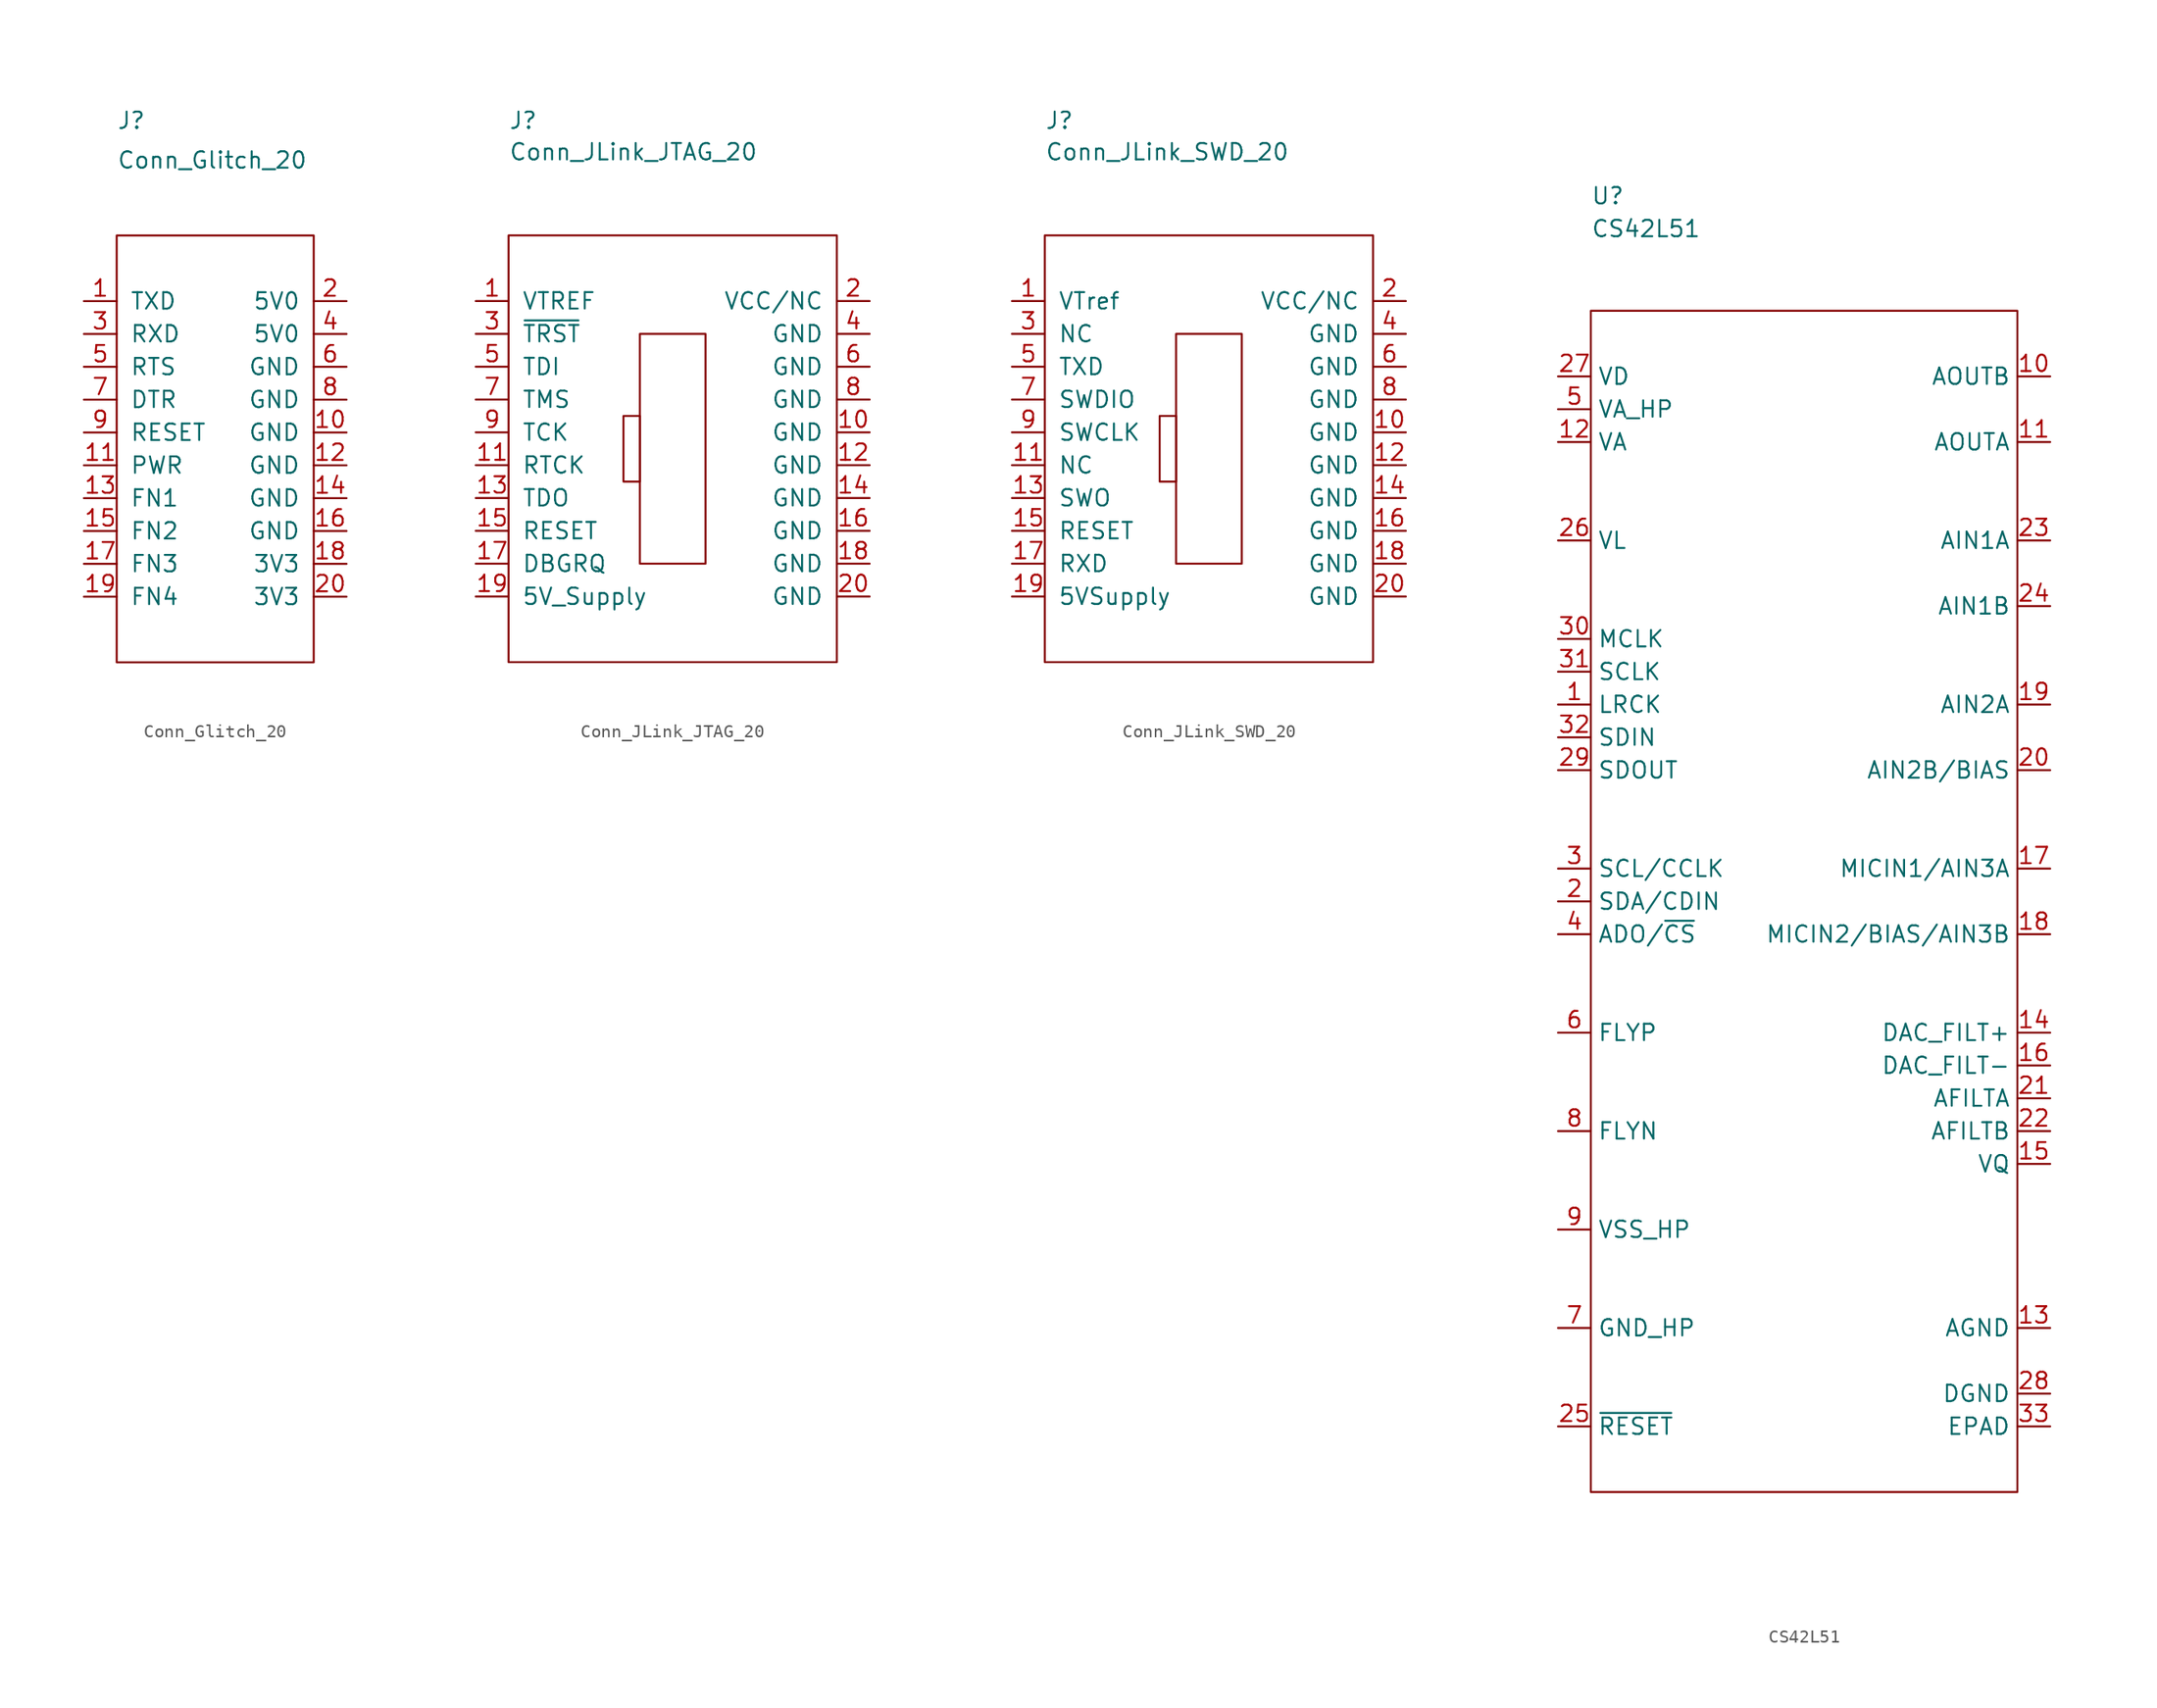
<source format=kicad_sym>
(kicad_symbol_lib
  (version 20211014)
  (generator kicad_symbol_editor)
  (symbol "Conn_Glitch_20"
    (pin_names
      (offset 1.016))
    (property "Reference" "J"
      (at 0 8.89 0)
      (effects (font (size 1.27 1.27)) (justify left)))
    (property "Value" "Conn_Glitch_20"
      (at 0 5.08 0)
      (effects (font (size 1.27 1.27)) (justify left bottom)))
    (symbol "Conn_Glitch_20_0_1"
      (rectangle (start 0 0) (end 15.24 -33.02) (stroke (width 0.152) (type default) (color 0 0 0 0)) (fill (type none))))
    (symbol "Conn_Glitch_20_1_1"
      (pin passive line (at -2.54 -5.08 0) (length 2.54) (name "TXD" (effects (font (size 1.27 1.27)))) (number "1" (effects (font (size 1.27 1.27)))))
      (pin passive line (at 17.78 -15.24 180) (length 2.54) (name "GND" (effects (font (size 1.27 1.27)))) (number "10" (effects (font (size 1.27 1.27)))))
      (pin passive line (at -2.54 -17.78 0) (length 2.54) (name "PWR" (effects (font (size 1.27 1.27)))) (number "11" (effects (font (size 1.27 1.27)))))
      (pin passive line (at 17.78 -17.78 180) (length 2.54) (name "GND" (effects (font (size 1.27 1.27)))) (number "12" (effects (font (size 1.27 1.27)))))
      (pin passive line (at -2.54 -20.32 0) (length 2.54) (name "FN1" (effects (font (size 1.27 1.27)))) (number "13" (effects (font (size 1.27 1.27)))))
      (pin passive line (at 17.78 -20.32 180) (length 2.54) (name "GND" (effects (font (size 1.27 1.27)))) (number "14" (effects (font (size 1.27 1.27)))))
      (pin passive line (at -2.54 -22.86 0) (length 2.54) (name "FN2" (effects (font (size 1.27 1.27)))) (number "15" (effects (font (size 1.27 1.27)))))
      (pin passive line (at 17.78 -22.86 180) (length 2.54) (name "GND" (effects (font (size 1.27 1.27)))) (number "16" (effects (font (size 1.27 1.27)))))
      (pin passive line (at -2.54 -25.4 0) (length 2.54) (name "FN3" (effects (font (size 1.27 1.27)))) (number "17" (effects (font (size 1.27 1.27)))))
      (pin passive line (at 17.78 -25.4 180) (length 2.54) (name "3V3" (effects (font (size 1.27 1.27)))) (number "18" (effects (font (size 1.27 1.27)))))
      (pin passive line (at -2.54 -27.94 0) (length 2.54) (name "FN4" (effects (font (size 1.27 1.27)))) (number "19" (effects (font (size 1.27 1.27)))))
      (pin passive line (at 17.78 -5.08 180) (length 2.54) (name "5V0" (effects (font (size 1.27 1.27)))) (number "2" (effects (font (size 1.27 1.27)))))
      (pin passive line (at 17.78 -27.94 180) (length 2.54) (name "3V3" (effects (font (size 1.27 1.27)))) (number "20" (effects (font (size 1.27 1.27)))))
      (pin passive line (at -2.54 -7.62 0) (length 2.54) (name "RXD" (effects (font (size 1.27 1.27)))) (number "3" (effects (font (size 1.27 1.27)))))
      (pin passive line (at 17.78 -7.62 180) (length 2.54) (name "5V0" (effects (font (size 1.27 1.27)))) (number "4" (effects (font (size 1.27 1.27)))))
      (pin passive line (at -2.54 -10.16 0) (length 2.54) (name "RTS" (effects (font (size 1.27 1.27)))) (number "5" (effects (font (size 1.27 1.27)))))
      (pin passive line (at 17.78 -10.16 180) (length 2.54) (name "GND" (effects (font (size 1.27 1.27)))) (number "6" (effects (font (size 1.27 1.27)))))
      (pin passive line (at -2.54 -12.7 0) (length 2.54) (name "DTR" (effects (font (size 1.27 1.27)))) (number "7" (effects (font (size 1.27 1.27)))))
      (pin passive line (at 17.78 -12.7 180) (length 2.54) (name "GND" (effects (font (size 1.27 1.27)))) (number "8" (effects (font (size 1.27 1.27)))))
      (pin passive line (at -2.54 -15.24 0) (length 2.54) (name "RESET" (effects (font (size 1.27 1.27)))) (number "9" (effects (font (size 1.27 1.27)))))))
  (symbol "Conn_JLink_JTAG_20"
    (pin_names
      (offset 1.016))
    (property "Reference" "J"
      (at 0 8.89 0)
      (effects (font (size 1.27 1.27)) (justify left)))
    (property "Value" "Conn_JLink_JTAG_20"
      (at 0 5.715 0)
      (effects (font (size 1.27 1.27)) (justify left bottom)))
    (symbol "Conn_JLink_JTAG_20_0_1"
      (rectangle (start 0 0) (end 25.4 -33.02) (stroke (width 0.152) (type default) (color 0 0 0 0)) (fill (type none)))
      (rectangle (start 8.89 -19.05) (end 10.16 -13.97) (stroke (width 0.152) (type default) (color 0 0 0 0)) (fill (type none)))
      (rectangle (start 10.16 -7.62) (end 15.24 -25.4) (stroke (width 0.152) (type default) (color 0 0 0 0)) (fill (type none))))
    (symbol "Conn_JLink_JTAG_20_1_1"
      (pin passive line (at -2.54 -5.08 0) (length 2.54) (name "VTREF" (effects (font (size 1.27 1.27)))) (number "1" (effects (font (size 1.27 1.27)))))
      (pin passive line (at 27.94 -15.24 180) (length 2.54) (name "GND" (effects (font (size 1.27 1.27)))) (number "10" (effects (font (size 1.27 1.27)))))
      (pin passive line (at -2.54 -17.78 0) (length 2.54) (name "RTCK" (effects (font (size 1.27 1.27)))) (number "11" (effects (font (size 1.27 1.27)))))
      (pin passive line (at 27.94 -17.78 180) (length 2.54) (name "GND" (effects (font (size 1.27 1.27)))) (number "12" (effects (font (size 1.27 1.27)))))
      (pin passive line (at -2.54 -20.32 0) (length 2.54) (name "TDO" (effects (font (size 1.27 1.27)))) (number "13" (effects (font (size 1.27 1.27)))))
      (pin passive line (at 27.94 -20.32 180) (length 2.54) (name "GND" (effects (font (size 1.27 1.27)))) (number "14" (effects (font (size 1.27 1.27)))))
      (pin passive line (at -2.54 -22.86 0) (length 2.54) (name "RESET" (effects (font (size 1.27 1.27)))) (number "15" (effects (font (size 1.27 1.27)))))
      (pin passive line (at 27.94 -22.86 180) (length 2.54) (name "GND" (effects (font (size 1.27 1.27)))) (number "16" (effects (font (size 1.27 1.27)))))
      (pin passive line (at -2.54 -25.4 0) (length 2.54) (name "DBGRQ" (effects (font (size 1.27 1.27)))) (number "17" (effects (font (size 1.27 1.27)))))
      (pin passive line (at 27.94 -25.4 180) (length 2.54) (name "GND" (effects (font (size 1.27 1.27)))) (number "18" (effects (font (size 1.27 1.27)))))
      (pin passive line (at -2.54 -27.94 0) (length 2.54) (name "5V_Supply" (effects (font (size 1.27 1.27)))) (number "19" (effects (font (size 1.27 1.27)))))
      (pin passive line (at 27.94 -5.08 180) (length 2.54) (name "VCC/NC" (effects (font (size 1.27 1.27)))) (number "2" (effects (font (size 1.27 1.27)))))
      (pin passive line (at 27.94 -27.94 180) (length 2.54) (name "GND" (effects (font (size 1.27 1.27)))) (number "20" (effects (font (size 1.27 1.27)))))
      (pin passive line (at -2.54 -7.62 0) (length 2.54) (name "~{TRST}" (effects (font (size 1.27 1.27)))) (number "3" (effects (font (size 1.27 1.27)))))
      (pin passive line (at 27.94 -7.62 180) (length 2.54) (name "GND" (effects (font (size 1.27 1.27)))) (number "4" (effects (font (size 1.27 1.27)))))
      (pin passive line (at -2.54 -10.16 0) (length 2.54) (name "TDI" (effects (font (size 1.27 1.27)))) (number "5" (effects (font (size 1.27 1.27)))))
      (pin passive line (at 27.94 -10.16 180) (length 2.54) (name "GND" (effects (font (size 1.27 1.27)))) (number "6" (effects (font (size 1.27 1.27)))))
      (pin passive line (at -2.54 -12.7 0) (length 2.54) (name "TMS" (effects (font (size 1.27 1.27)))) (number "7" (effects (font (size 1.27 1.27)))))
      (pin passive line (at 27.94 -12.7 180) (length 2.54) (name "GND" (effects (font (size 1.27 1.27)))) (number "8" (effects (font (size 1.27 1.27)))))
      (pin passive line (at -2.54 -15.24 0) (length 2.54) (name "TCK" (effects (font (size 1.27 1.27)))) (number "9" (effects (font (size 1.27 1.27)))))))
  (symbol "Conn_JLink_SWD_20"
    (pin_names
      (offset 1.016))
    (property "Reference" "J"
      (at 0 8.89 0)
      (effects (font (size 1.27 1.27)) (justify left)))
    (property "Value" "Conn_JLink_SWD_20"
      (at 0 5.715 0)
      (effects (font (size 1.27 1.27)) (justify left bottom)))
    (symbol "Conn_JLink_SWD_20_0_1"
      (rectangle (start 0 0) (end 25.4 -33.02) (stroke (width 0.152) (type default) (color 0 0 0 0)) (fill (type none)))
      (rectangle (start 8.89 -19.05) (end 10.16 -13.97) (stroke (width 0.152) (type default) (color 0 0 0 0)) (fill (type none)))
      (rectangle (start 10.16 -7.62) (end 15.24 -25.4) (stroke (width 0.152) (type default) (color 0 0 0 0)) (fill (type none))))
    (symbol "Conn_JLink_SWD_20_1_1"
      (pin passive line (at -2.54 -5.08 0) (length 2.54) (name "VTref" (effects (font (size 1.27 1.27)))) (number "1" (effects (font (size 1.27 1.27)))))
      (pin passive line (at 27.94 -15.24 180) (length 2.54) (name "GND" (effects (font (size 1.27 1.27)))) (number "10" (effects (font (size 1.27 1.27)))))
      (pin passive line (at -2.54 -17.78 0) (length 2.54) (name "NC" (effects (font (size 1.27 1.27)))) (number "11" (effects (font (size 1.27 1.27)))))
      (pin passive line (at 27.94 -17.78 180) (length 2.54) (name "GND" (effects (font (size 1.27 1.27)))) (number "12" (effects (font (size 1.27 1.27)))))
      (pin passive line (at -2.54 -20.32 0) (length 2.54) (name "SWO" (effects (font (size 1.27 1.27)))) (number "13" (effects (font (size 1.27 1.27)))))
      (pin passive line (at 27.94 -20.32 180) (length 2.54) (name "GND" (effects (font (size 1.27 1.27)))) (number "14" (effects (font (size 1.27 1.27)))))
      (pin passive line (at -2.54 -22.86 0) (length 2.54) (name "RESET" (effects (font (size 1.27 1.27)))) (number "15" (effects (font (size 1.27 1.27)))))
      (pin passive line (at 27.94 -22.86 180) (length 2.54) (name "GND" (effects (font (size 1.27 1.27)))) (number "16" (effects (font (size 1.27 1.27)))))
      (pin passive line (at -2.54 -25.4 0) (length 2.54) (name "RXD" (effects (font (size 1.27 1.27)))) (number "17" (effects (font (size 1.27 1.27)))))
      (pin passive line (at 27.94 -25.4 180) (length 2.54) (name "GND" (effects (font (size 1.27 1.27)))) (number "18" (effects (font (size 1.27 1.27)))))
      (pin passive line (at -2.54 -27.94 0) (length 2.54) (name "5VSupply" (effects (font (size 1.27 1.27)))) (number "19" (effects (font (size 1.27 1.27)))))
      (pin passive line (at 27.94 -5.08 180) (length 2.54) (name "VCC/NC" (effects (font (size 1.27 1.27)))) (number "2" (effects (font (size 1.27 1.27)))))
      (pin passive line (at 27.94 -27.94 180) (length 2.54) (name "GND" (effects (font (size 1.27 1.27)))) (number "20" (effects (font (size 1.27 1.27)))))
      (pin passive line (at -2.54 -7.62 0) (length 2.54) (name "NC" (effects (font (size 1.27 1.27)))) (number "3" (effects (font (size 1.27 1.27)))))
      (pin passive line (at 27.94 -7.62 180) (length 2.54) (name "GND" (effects (font (size 1.27 1.27)))) (number "4" (effects (font (size 1.27 1.27)))))
      (pin passive line (at -2.54 -10.16 0) (length 2.54) (name "TXD" (effects (font (size 1.27 1.27)))) (number "5" (effects (font (size 1.27 1.27)))))
      (pin passive line (at 27.94 -10.16 180) (length 2.54) (name "GND" (effects (font (size 1.27 1.27)))) (number "6" (effects (font (size 1.27 1.27)))))
      (pin passive line (at -2.54 -12.7 0) (length 2.54) (name "SWDIO" (effects (font (size 1.27 1.27)))) (number "7" (effects (font (size 1.27 1.27)))))
      (pin passive line (at 27.94 -12.7 180) (length 2.54) (name "GND" (effects (font (size 1.27 1.27)))) (number "8" (effects (font (size 1.27 1.27)))))
      (pin passive line (at -2.54 -15.24 0) (length 2.54) (name "SWCLK" (effects (font (size 1.27 1.27)))) (number "9" (effects (font (size 1.27 1.27)))))))
  (symbol "CS42L51"
    (property "Reference" "U"
      (at 0 8.89 0)
      (effects (font (size 1.27 1.27)) (justify left)))
    (property "Value" "CS42L51"
      (at 0 6.35 0)
      (effects (font (size 1.27 1.27)) (justify left)))
    (symbol "CS42L51_0_0"
      (pin passive line (at -2.54 -30.48 0) (length 2.54) (name "LRCK" (effects (font (size 1.27 1.27)))) (number "1" (effects (font (size 1.27 1.27)))))
      (pin passive line (at 35.56 -5.08 180) (length 2.54) (name "AOUTB" (effects (font (size 1.27 1.27)))) (number "10" (effects (font (size 1.27 1.27)))))
      (pin passive line (at 35.56 -10.16 180) (length 2.54) (name "AOUTA" (effects (font (size 1.27 1.27)))) (number "11" (effects (font (size 1.27 1.27)))))
      (pin passive line (at -2.54 -10.16 0) (length 2.54) (name "VA" (effects (font (size 1.27 1.27)))) (number "12" (effects (font (size 1.27 1.27)))))
      (pin passive line (at 35.56 -78.74 180) (length 2.54) (name "AGND" (effects (font (size 1.27 1.27)))) (number "13" (effects (font (size 1.27 1.27)))))
      (pin passive line (at 35.56 -55.88 180) (length 2.54) (name "DAC_FILT+" (effects (font (size 1.27 1.27)))) (number "14" (effects (font (size 1.27 1.27)))))
      (pin passive line (at 35.56 -66.04 180) (length 2.54) (name "VQ" (effects (font (size 1.27 1.27)))) (number "15" (effects (font (size 1.27 1.27)))))
      (pin passive line (at 35.56 -58.42 180) (length 2.54) (name "DAC_FILT-" (effects (font (size 1.27 1.27)))) (number "16" (effects (font (size 1.27 1.27)))))
      (pin passive line (at 35.56 -43.18 180) (length 2.54) (name "MICIN1/AIN3A" (effects (font (size 1.27 1.27)))) (number "17" (effects (font (size 1.27 1.27)))))
      (pin passive line (at 35.56 -48.26 180) (length 2.54) (name "MICIN2/BIAS/AIN3B" (effects (font (size 1.27 1.27)))) (number "18" (effects (font (size 1.27 1.27)))))
      (pin passive line (at 35.56 -30.48 180) (length 2.54) (name "AIN2A" (effects (font (size 1.27 1.27)))) (number "19" (effects (font (size 1.27 1.27)))))
      (pin passive line (at -2.54 -45.72 0) (length 2.54) (name "SDA/CDIN" (effects (font (size 1.27 1.27)))) (number "2" (effects (font (size 1.27 1.27)))))
      (pin passive line (at 35.56 -35.56 180) (length 2.54) (name "AIN2B/BIAS" (effects (font (size 1.27 1.27)))) (number "20" (effects (font (size 1.27 1.27)))))
      (pin passive line (at 35.56 -60.96 180) (length 2.54) (name "AFILTA" (effects (font (size 1.27 1.27)))) (number "21" (effects (font (size 1.27 1.27)))))
      (pin passive line (at 35.56 -63.5 180) (length 2.54) (name "AFILTB" (effects (font (size 1.27 1.27)))) (number "22" (effects (font (size 1.27 1.27)))))
      (pin passive line (at 35.56 -17.78 180) (length 2.54) (name "AIN1A" (effects (font (size 1.27 1.27)))) (number "23" (effects (font (size 1.27 1.27)))))
      (pin passive line (at 35.56 -22.86 180) (length 2.54) (name "AIN1B" (effects (font (size 1.27 1.27)))) (number "24" (effects (font (size 1.27 1.27)))))
      (pin passive line (at -2.54 -86.36 0) (length 2.54) (name "~{RESET}" (effects (font (size 1.27 1.27)))) (number "25" (effects (font (size 1.27 1.27)))))
      (pin passive line (at -2.54 -17.78 0) (length 2.54) (name "VL" (effects (font (size 1.27 1.27)))) (number "26" (effects (font (size 1.27 1.27)))))
      (pin passive line (at -2.54 -5.08 0) (length 2.54) (name "VD" (effects (font (size 1.27 1.27)))) (number "27" (effects (font (size 1.27 1.27)))))
      (pin passive line (at 35.56 -83.82 180) (length 2.54) (name "DGND" (effects (font (size 1.27 1.27)))) (number "28" (effects (font (size 1.27 1.27)))))
      (pin passive line (at -2.54 -35.56 0) (length 2.54) (name "SDOUT" (effects (font (size 1.27 1.27)))) (number "29" (effects (font (size 1.27 1.27)))))
      (pin passive line (at -2.54 -43.18 0) (length 2.54) (name "SCL/CCLK" (effects (font (size 1.27 1.27)))) (number "3" (effects (font (size 1.27 1.27)))))
      (pin passive line (at -2.54 -25.4 0) (length 2.54) (name "MCLK" (effects (font (size 1.27 1.27)))) (number "30" (effects (font (size 1.27 1.27)))))
      (pin passive line (at -2.54 -27.94 0) (length 2.54) (name "SCLK" (effects (font (size 1.27 1.27)))) (number "31" (effects (font (size 1.27 1.27)))))
      (pin passive line (at -2.54 -33.02 0) (length 2.54) (name "SDIN" (effects (font (size 1.27 1.27)))) (number "32" (effects (font (size 1.27 1.27)))))
      (pin passive line (at 35.56 -86.36 180) (length 2.54) (name "EPAD" (effects (font (size 1.27 1.27)))) (number "33" (effects (font (size 1.27 1.27)))))
      (pin passive line (at -2.54 -48.26 0) (length 2.54) (name "ADO/~{CS}" (effects (font (size 1.27 1.27)))) (number "4" (effects (font (size 1.27 1.27)))))
      (pin passive line (at -2.54 -7.62 0) (length 2.54) (name "VA_HP" (effects (font (size 1.27 1.27)))) (number "5" (effects (font (size 1.27 1.27)))))
      (pin passive line (at -2.54 -55.88 0) (length 2.54) (name "FLYP" (effects (font (size 1.27 1.27)))) (number "6" (effects (font (size 1.27 1.27)))))
      (pin passive line (at -2.54 -78.74 0) (length 2.54) (name "GND_HP" (effects (font (size 1.27 1.27)))) (number "7" (effects (font (size 1.27 1.27)))))
      (pin passive line (at -2.54 -63.5 0) (length 2.54) (name "FLYN" (effects (font (size 1.27 1.27)))) (number "8" (effects (font (size 1.27 1.27)))))
      (pin passive line (at -2.54 -71.12 0) (length 2.54) (name "VSS_HP" (effects (font (size 1.27 1.27)))) (number "9" (effects (font (size 1.27 1.27))))))
    (symbol "CS42L51_0_1"
      (rectangle (start 0 0) (end 33.02 -91.44) (stroke (width 0.152) (type default) (color 0 0 0 0)) (fill (type none))))))
</source>
